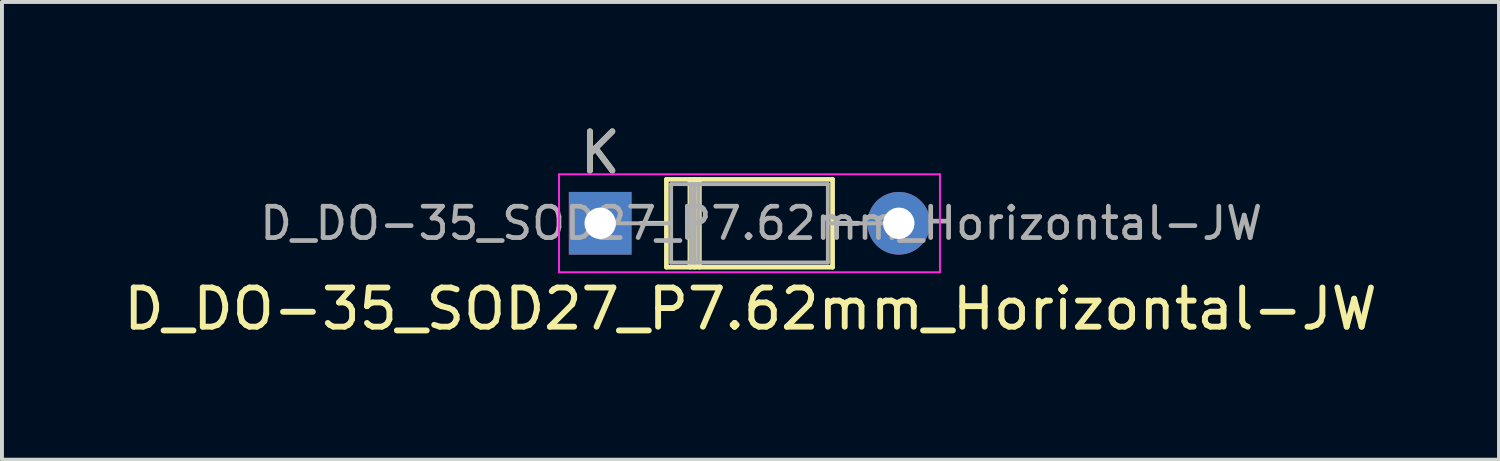
<source format=kicad_pcb>
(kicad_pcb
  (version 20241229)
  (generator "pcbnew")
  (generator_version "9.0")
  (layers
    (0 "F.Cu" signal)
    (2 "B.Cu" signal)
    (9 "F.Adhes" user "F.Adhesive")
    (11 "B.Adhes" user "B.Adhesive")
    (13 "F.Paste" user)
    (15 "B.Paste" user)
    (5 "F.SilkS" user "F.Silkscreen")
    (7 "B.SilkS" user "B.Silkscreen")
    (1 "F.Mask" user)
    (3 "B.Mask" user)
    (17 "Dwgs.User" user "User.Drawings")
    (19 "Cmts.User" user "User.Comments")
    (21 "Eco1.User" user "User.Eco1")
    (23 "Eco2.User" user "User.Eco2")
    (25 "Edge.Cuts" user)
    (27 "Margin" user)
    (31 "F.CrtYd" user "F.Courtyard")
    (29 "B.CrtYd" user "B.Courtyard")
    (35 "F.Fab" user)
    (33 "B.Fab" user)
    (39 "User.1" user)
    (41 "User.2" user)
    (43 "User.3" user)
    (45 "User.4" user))
  (footprint "D_DO-35_SOD27_P7.62mm_Horizontal-JW"
    (layer "F.Cu")
    (at 12.266 2.648)
    (property "Reference" "D_DO-35_SOD27_P7.62mm_Horizontal-JW" (at 3.835 2.184 0) (layer "F.SilkS") (effects (font (size 1 1) (thickness 0.15))))
    (attr through_hole)
    (fp_line (start 1.04 0) (end 1.69 0) (stroke (width 0.12) (type solid)) (layer "F.SilkS"))
    (fp_line (start 1.69 -1.12) (end 1.69 1.12) (stroke (width 0.12) (type solid)) (layer "F.SilkS"))
    (fp_line (start 1.69 1.12) (end 5.93 1.12) (stroke (width 0.12) (type solid)) (layer "F.SilkS"))
    (fp_line (start 2.29 -1.12) (end 2.29 1.12) (stroke (width 0.12) (type solid)) (layer "F.SilkS"))
    (fp_line (start 2.41 -1.12) (end 2.41 1.12) (stroke (width 0.12) (type solid)) (layer "F.SilkS"))
    (fp_line (start 2.53 -1.12) (end 2.53 1.12) (stroke (width 0.12) (type solid)) (layer "F.SilkS"))
    (fp_line (start 5.93 -1.12) (end 1.69 -1.12) (stroke (width 0.12) (type solid)) (layer "F.SilkS"))
    (fp_line (start 5.93 1.12) (end 5.93 -1.12) (stroke (width 0.12) (type solid)) (layer "F.SilkS"))
    (fp_line (start 6.58 0) (end 5.93 0) (stroke (width 0.12) (type solid)) (layer "F.SilkS"))
    (fp_line (start -1.05 -1.25) (end -1.05 1.25) (stroke (width 0.05) (type solid)) (layer "F.CrtYd"))
    (fp_line (start -1.05 1.25) (end 8.67 1.25) (stroke (width 0.05) (type solid)) (layer "F.CrtYd"))
    (fp_line (start 8.67 -1.25) (end -1.05 -1.25) (stroke (width 0.05) (type solid)) (layer "F.CrtYd"))
    (fp_line (start 8.67 1.25) (end 8.67 -1.25) (stroke (width 0.05) (type solid)) (layer "F.CrtYd"))
    (fp_line (start 0 0) (end 1.81 0) (stroke (width 0.1) (type solid)) (layer "F.Fab"))
    (fp_line (start 1.81 -1) (end 1.81 1) (stroke (width 0.1) (type solid)) (layer "F.Fab"))
    (fp_line (start 1.81 1) (end 5.81 1) (stroke (width 0.1) (type solid)) (layer "F.Fab"))
    (fp_line (start 2.31 -1) (end 2.31 1) (stroke (width 0.1) (type solid)) (layer "F.Fab"))
    (fp_line (start 2.41 -1) (end 2.41 1) (stroke (width 0.1) (type solid)) (layer "F.Fab"))
    (fp_line (start 2.51 -1) (end 2.51 1) (stroke (width 0.1) (type solid)) (layer "F.Fab"))
    (fp_line (start 5.81 -1) (end 1.81 -1) (stroke (width 0.1) (type solid)) (layer "F.Fab"))
    (fp_line (start 5.81 1) (end 5.81 -1) (stroke (width 0.1) (type solid)) (layer "F.Fab"))
    (fp_line (start 7.62 0) (end 5.81 0) (stroke (width 0.1) (type solid)) (layer "F.Fab"))
    (fp_text user "K" (at 0 -1.8 0) (layer "F.SilkS") (effects (font (size 1 1) (thickness 0.15))))
    (fp_text user "K" (at 0 -1.8 0) (layer "F.Fab") (effects (font (size 1 1) (thickness 0.15))))
    (fp_text user "${REFERENCE}" (at 4.11 0 0) (layer "F.Fab") (effects (font (size 0.8 0.8) (thickness 0.12))))
    (pad "1" thru_hole rect (at 0 0) (size 1.6 1.6) (drill 0.8) (layers "*.Cu" "*.Mask"))
    (pad "2" thru_hole oval (at 7.62 0) (size 1.6 1.6) (drill 0.8) (layers "*.Cu" "*.Mask")))
  (gr_rect
    (start -3 -3)
    (end 35.202 8.681)
    (stroke (width 0.1) (type default))
    (fill no)
    (layer "Edge.Cuts")))
</source>
